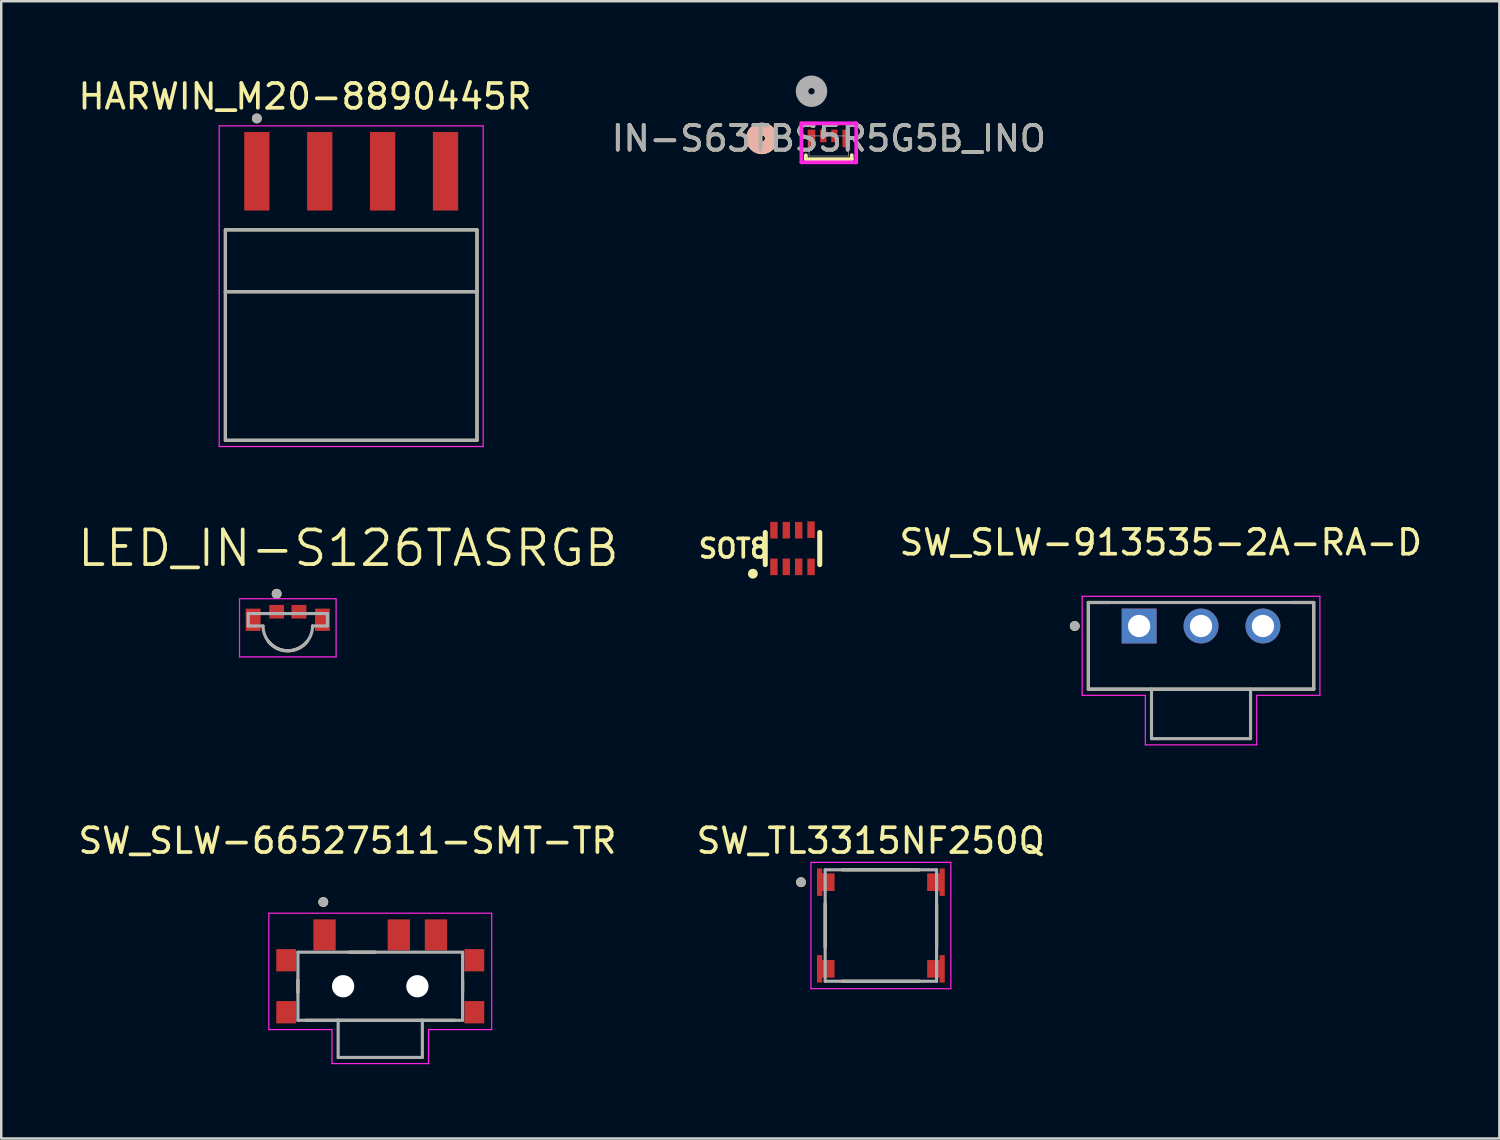
<source format=kicad_pcb>
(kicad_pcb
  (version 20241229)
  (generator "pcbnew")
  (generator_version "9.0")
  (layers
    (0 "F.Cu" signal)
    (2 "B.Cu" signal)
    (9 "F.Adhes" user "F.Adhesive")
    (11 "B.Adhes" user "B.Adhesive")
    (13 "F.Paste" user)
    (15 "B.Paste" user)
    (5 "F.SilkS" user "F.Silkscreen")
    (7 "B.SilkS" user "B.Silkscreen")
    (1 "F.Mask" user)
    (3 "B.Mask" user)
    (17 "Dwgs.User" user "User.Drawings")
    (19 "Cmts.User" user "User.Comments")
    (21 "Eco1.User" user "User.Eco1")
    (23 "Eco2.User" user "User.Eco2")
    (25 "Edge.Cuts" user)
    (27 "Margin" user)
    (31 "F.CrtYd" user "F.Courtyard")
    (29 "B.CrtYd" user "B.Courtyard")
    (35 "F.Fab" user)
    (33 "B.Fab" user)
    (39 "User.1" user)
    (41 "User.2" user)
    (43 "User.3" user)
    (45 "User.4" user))
  (footprint "IN-S63TBS5R5G5B_INO"
    (layer "F.Cu")
    (at 30.423 2.846)
    (property "Reference" "IN-S63TBS5R5G5B_INO" (at 0 -0.306 0) (unlocked yes) (layer "F.SilkS") (effects (font (size 1 1) (thickness 0.15))))
    (attr smd)
    (fp_line (start -0.927 0.373) (end -0.927 0.533) (stroke (width 0.152) (type solid)) (layer "F.SilkS"))
    (fp_line (start -0.927 0.533) (end 0.927 0.533) (stroke (width 0.152) (type solid)) (layer "F.SilkS"))
    (fp_line (start 0.927 0.533) (end 0.927 0.373) (stroke (width 0.152) (type solid)) (layer "F.SilkS"))
    (fp_circle (center -2.705 -0.306) (end -2.324 -0.306) (stroke (width 0.508) (type solid)) (fill no) (layer "F.SilkS"))
    (fp_circle (center -2.705 -0.306) (end -2.324 -0.306) (stroke (width 0.508) (type solid)) (fill no) (layer "B.SilkS"))
    (fp_line (start -1.106 -0.916) (end -1.106 0.66) (stroke (width 0.152) (type solid)) (layer "F.CrtYd"))
    (fp_line (start -1.106 0.66) (end 1.106 0.66) (stroke (width 0.152) (type solid)) (layer "F.CrtYd"))
    (fp_line (start 1.106 -0.916) (end -1.106 -0.916) (stroke (width 0.152) (type solid)) (layer "F.CrtYd"))
    (fp_line (start 1.106 0.66) (end 1.106 -0.916) (stroke (width 0.152) (type solid)) (layer "F.CrtYd"))
    (fp_line (start -0.8 -0.406) (end -0.8 0.406) (stroke (width 0.025) (type solid)) (layer "F.Fab"))
    (fp_line (start -0.8 0.406) (end 0.8 0.406) (stroke (width 0.025) (type solid)) (layer "F.Fab"))
    (fp_line (start 0.8 -0.406) (end -0.8 -0.406) (stroke (width 0.025) (type solid)) (layer "F.Fab"))
    (fp_line (start 0.8 0.406) (end 0.8 -0.406) (stroke (width 0.025) (type solid)) (layer "F.Fab"))
    (fp_circle (center -0.7 -2.211) (end -0.319 -2.211) (stroke (width 0.508) (type solid)) (fill no) (layer "F.Fab"))
    (fp_text user "${REFERENCE}" (at 0 -0.306 0) (unlocked yes) (layer "F.Fab") (effects (font (size 1 1) (thickness 0.15))))
    (pad "1" smd rect (at -0.7 -0.306) (size 0.305 0.711) (layers "F.Cu" "F.Mask" "F.Paste"))
    (pad "2" smd rect (at -0.225 -0.406) (size 0.254 0.508) (layers "F.Cu" "F.Mask" "F.Paste"))
    (pad "3" smd rect (at 0.225 -0.406) (size 0.254 0.508) (layers "F.Cu" "F.Mask" "F.Paste"))
    (pad "4" smd rect (at 0.7 -0.306) (size 0.305 0.711) (layers "F.Cu" "F.Mask" "F.Paste")))
  (footprint "SW_TL3315NF250Q"
    (layer "F.Cu")
    (at 32.525 34.328)
    (property "Reference" "SW_TL3315NF250Q" (at -0.412 -3.423 0) (layer "F.SilkS") (effects (font (size 1 1) (thickness 0.15))))
    (attr smd)
    (fp_poly (pts (xy -2.675 -2.4) (xy -2.675 -1.1) (xy -2.275 -1.1) (xy -2.275 -1.3) (xy -1.775 -1.3) (xy -1.775 -2.2) (xy -2.275 -2.2) (xy -2.275 -2.4)) (stroke (width 0.01) (type solid)) (fill yes) (layer "F.Mask"))
    (fp_poly (pts (xy -2.275 2.4) (xy -2.675 2.4) (xy -2.675 1.1) (xy -2.275 1.1) (xy -2.275 1.3) (xy -1.775 1.3) (xy -1.775 2.2) (xy -2.275 2.2)) (stroke (width 0.01) (type solid)) (fill yes) (layer "F.Mask"))
    (fp_poly (pts (xy 2.275 -1.3) (xy 1.775 -1.3) (xy 1.775 -2.2) (xy 2.275 -2.2) (xy 2.275 -2.4) (xy 2.675 -2.4) (xy 2.675 -1.1) (xy 2.275 -1.1)) (stroke (width 0.01) (type solid)) (fill yes) (layer "F.Mask"))
    (fp_poly (pts (xy 2.275 2.2) (xy 1.775 2.2) (xy 1.775 1.3) (xy 2.275 1.3) (xy 2.275 1.1) (xy 2.675 1.1) (xy 2.675 2.4) (xy 2.275 2.4)) (stroke (width 0.01) (type solid)) (fill yes) (layer "F.Mask"))
    (fp_line (start -2.25 -0.88) (end -2.25 0.88) (stroke (width 0.127) (type solid)) (layer "F.SilkS"))
    (fp_line (start -1.555 -2.25) (end 1.555 -2.25) (stroke (width 0.127) (type solid)) (layer "F.SilkS"))
    (fp_line (start -1.555 2.25) (end 1.555 2.25) (stroke (width 0.127) (type solid)) (layer "F.SilkS"))
    (fp_line (start 2.25 -0.88) (end 2.25 0.88) (stroke (width 0.127) (type solid)) (layer "F.SilkS"))
    (fp_circle (center -3.226 -1.75) (end -3.126 -1.75) (stroke (width 0.2) (type solid)) (fill no) (layer "F.SilkS"))
    (fp_poly (pts (xy -2.375 -1.2) (xy -2.575 -1.2) (xy -2.575 -2.3) (xy -2.375 -2.3) (xy -2.375 -2.1) (xy -1.875 -2.1) (xy -1.875 -1.4) (xy -2.375 -1.4)) (stroke (width 0.01) (type solid)) (fill yes) (layer "F.Paste"))
    (fp_poly (pts (xy -2.375 2.3) (xy -2.575 2.3) (xy -2.575 1.2) (xy -2.375 1.2) (xy -2.375 1.4) (xy -1.875 1.4) (xy -1.875 2.1) (xy -2.375 2.1)) (stroke (width 0.01) (type solid)) (fill yes) (layer "F.Paste"))
    (fp_poly (pts (xy 2.375 -1.4) (xy 1.875 -1.4) (xy 1.875 -2.1) (xy 2.375 -2.1) (xy 2.375 -2.3) (xy 2.575 -2.3) (xy 2.575 -1.2) (xy 2.375 -1.2)) (stroke (width 0.01) (type solid)) (fill yes) (layer "F.Paste"))
    (fp_poly (pts (xy 2.375 2.1) (xy 1.875 2.1) (xy 1.875 1.4) (xy 2.375 1.4) (xy 2.375 1.2) (xy 2.575 1.2) (xy 2.575 2.3) (xy 2.375 2.3)) (stroke (width 0.01) (type solid)) (fill yes) (layer "F.Paste"))
    (fp_line (start -2.825 -2.55) (end -2.825 2.55) (stroke (width 0.05) (type solid)) (layer "F.CrtYd"))
    (fp_line (start -2.825 2.55) (end 2.825 2.55) (stroke (width 0.05) (type solid)) (layer "F.CrtYd"))
    (fp_line (start 2.825 -2.55) (end -2.825 -2.55) (stroke (width 0.05) (type solid)) (layer "F.CrtYd"))
    (fp_line (start 2.825 2.55) (end 2.825 -2.55) (stroke (width 0.05) (type solid)) (layer "F.CrtYd"))
    (fp_line (start -2.25 -2.25) (end 2.25 -2.25) (stroke (width 0.127) (type solid)) (layer "F.Fab"))
    (fp_line (start -2.25 2.25) (end -2.25 -2.25) (stroke (width 0.127) (type solid)) (layer "F.Fab"))
    (fp_line (start 2.25 -2.25) (end 2.25 2.25) (stroke (width 0.127) (type solid)) (layer "F.Fab"))
    (fp_line (start 2.25 2.25) (end -2.25 2.25) (stroke (width 0.127) (type solid)) (layer "F.Fab"))
    (fp_circle (center -3.226 -1.75) (end -3.126 -1.75) (stroke (width 0.2) (type solid)) (fill no) (layer "F.Fab"))
    (pad "1" smd custom (at -2.23 -1.75) (size 0.5 0.5) (layers "F.Cu") (options (anchor rect)) (primitives (gr_poly (pts (xy -0.145 0.55) (xy -0.345 0.55) (xy -0.345 -0.55) (xy -0.145 -0.55) (xy -0.145 -0.35) (xy 0.355 -0.35) (xy 0.355 0.35) (xy -0.145 0.35)) (width 0.01) (fill yes))))
    (pad "2" smd custom (at 2.23 -1.75) (size 0.5 0.5) (layers "F.Cu") (options (anchor rect)) (primitives (gr_poly (pts (xy 0.145 0.35) (xy -0.355 0.35) (xy -0.355 -0.35) (xy 0.145 -0.35) (xy 0.145 -0.55) (xy 0.345 -0.55) (xy 0.345 0.55) (xy 0.145 0.55)) (width 0.01) (fill yes))))
    (pad "3" smd custom (at -2.23 1.75) (size 0.5 0.5) (layers "F.Cu") (options (anchor rect)) (primitives (gr_poly (pts (xy -0.145 0.55) (xy -0.345 0.55) (xy -0.345 -0.55) (xy -0.145 -0.55) (xy -0.145 -0.35) (xy 0.355 -0.35) (xy 0.355 0.35) (xy -0.145 0.35)) (width 0.01) (fill yes))))
    (pad "4" smd custom (at 2.23 1.75) (size 0.5 0.5) (layers "F.Cu") (options (anchor rect)) (primitives (gr_poly (pts (xy 0.145 0.35) (xy -0.355 0.35) (xy -0.355 -0.35) (xy 0.145 -0.35) (xy 0.145 -0.55) (xy 0.345 -0.55) (xy 0.345 0.55) (xy 0.145 0.55)) (width 0.01) (fill yes)))))
  (footprint "SOT8"
    (layer "F.Cu")
    (at 28.956 19.103)
    (property "Reference" "SOT8" (at -2.38 0 180) (layer "F.SilkS") (effects (font (size 0.748 0.748) (thickness 0.15))))
    (attr smd)
    (fp_line (start -1.1 0.65) (end -1.1 -0.65) (stroke (width 0.203) (type solid)) (layer "F.SilkS"))
    (fp_line (start 1.1 -0.65) (end 1.1 0.65) (stroke (width 0.203) (type solid)) (layer "F.SilkS"))
    (fp_circle (center -1.6 1.016) (end -1.5 1.016) (stroke (width 0.2) (type solid)) (fill no) (layer "F.SilkS"))
    (pad "1" smd rect (at -0.75 0.74) (size 0.3 0.67) (layers "F.Cu" "F.Mask" "F.Paste"))
    (pad "2" smd rect (at -0.25 0.74) (size 0.3 0.67) (layers "F.Cu" "F.Mask" "F.Paste"))
    (pad "3" smd rect (at 0.25 0.74) (size 0.3 0.67) (layers "F.Cu" "F.Mask" "F.Paste"))
    (pad "4" smd rect (at 0.75 0.74) (size 0.3 0.67) (layers "F.Cu" "F.Mask" "F.Paste"))
    (pad "5" smd rect (at 0.75 -0.76) (size 0.3 0.67) (layers "F.Cu" "F.Mask" "F.Paste"))
    (pad "6" smd rect (at 0.25 -0.74) (size 0.3 0.67) (layers "F.Cu" "F.Mask" "F.Paste"))
    (pad "7" smd rect (at -0.25 -0.74) (size 0.3 0.67) (layers "F.Cu" "F.Mask" "F.Paste"))
    (pad "8" smd rect (at -0.75 -0.74) (size 0.3 0.67) (layers "F.Cu" "F.Mask" "F.Paste")))
  (footprint "HARWIN_M20-8890445R"
    (layer "F.Cu")
    (at 11.133 7.483)
    (property "Reference" "HARWIN_M20-8890445R" (at -1.865 -6.635 0) (layer "F.SilkS") (effects (font (size 1 1) (thickness 0.15))))
    (attr smd)
    (fp_line (start -5.08 -1.25) (end 5.08 -1.25) (stroke (width 0.127) (type solid)) (layer "F.SilkS"))
    (fp_line (start -5.08 1.25) (end -5.08 -1.25) (stroke (width 0.127) (type solid)) (layer "F.SilkS"))
    (fp_line (start -5.08 7.25) (end -5.08 1.25) (stroke (width 0.127) (type solid)) (layer "F.SilkS"))
    (fp_line (start 5.08 -1.25) (end 5.08 1.25) (stroke (width 0.127) (type solid)) (layer "F.SilkS"))
    (fp_line (start 5.08 1.25) (end -5.08 1.25) (stroke (width 0.127) (type solid)) (layer "F.SilkS"))
    (fp_line (start 5.08 1.25) (end 5.08 7.25) (stroke (width 0.127) (type solid)) (layer "F.SilkS"))
    (fp_line (start 5.08 7.25) (end -5.08 7.25) (stroke (width 0.127) (type solid)) (layer "F.SilkS"))
    (fp_circle (center -3.81 -5.75) (end -3.71 -5.75) (stroke (width 0.2) (type solid)) (fill no) (layer "F.SilkS"))
    (fp_line (start -5.33 -5.45) (end -5.33 7.5) (stroke (width 0.05) (type solid)) (layer "F.CrtYd"))
    (fp_line (start -5.33 7.5) (end 5.33 7.5) (stroke (width 0.05) (type solid)) (layer "F.CrtYd"))
    (fp_line (start 5.33 -5.45) (end -5.33 -5.45) (stroke (width 0.05) (type solid)) (layer "F.CrtYd"))
    (fp_line (start 5.33 7.5) (end 5.33 -5.45) (stroke (width 0.05) (type solid)) (layer "F.CrtYd"))
    (fp_line (start -5.08 -1.25) (end 5.08 -1.25) (stroke (width 0.127) (type solid)) (layer "F.Fab"))
    (fp_line (start -5.08 1.25) (end -5.08 -1.25) (stroke (width 0.127) (type solid)) (layer "F.Fab"))
    (fp_line (start -5.08 7.25) (end -5.08 1.25) (stroke (width 0.127) (type solid)) (layer "F.Fab"))
    (fp_line (start 5.08 -1.25) (end 5.08 1.25) (stroke (width 0.127) (type solid)) (layer "F.Fab"))
    (fp_line (start 5.08 1.25) (end -5.08 1.25) (stroke (width 0.127) (type solid)) (layer "F.Fab"))
    (fp_line (start 5.08 1.25) (end 5.08 7.25) (stroke (width 0.127) (type solid)) (layer "F.Fab"))
    (fp_line (start 5.08 7.25) (end -5.08 7.25) (stroke (width 0.127) (type solid)) (layer "F.Fab"))
    (fp_circle (center -3.81 -5.75) (end -3.71 -5.75) (stroke (width 0.2) (type solid)) (fill no) (layer "F.Fab"))
    (pad "1" smd rect (at -3.81 -3.615) (size 1.02 3.17) (layers "F.Cu" "F.Mask" "F.Paste"))
    (pad "2" smd rect (at -1.27 -3.615) (size 1.02 3.17) (layers "F.Cu" "F.Mask" "F.Paste"))
    (pad "3" smd rect (at 1.27 -3.615) (size 1.02 3.17) (layers "F.Cu" "F.Mask" "F.Paste"))
    (pad "4" smd rect (at 3.81 -3.615) (size 1.02 3.17) (layers "F.Cu" "F.Mask" "F.Paste")))
  (footprint "SW_SLW-913535-2A-RA-D"
    (layer "F.Cu")
    (at 45.455 23.032)
    (property "Reference" "SW_SLW-913535-2A-RA-D" (at -1.625 -4.175 0) (layer "F.SilkS") (effects (font (size 1 1) (thickness 0.15))))
    (attr through_hole)
    (fp_line (start -4.55 -1.75) (end -4.55 1.75) (stroke (width 0.127) (type solid)) (layer "F.SilkS"))
    (fp_line (start -4.55 1.75) (end 4.55 1.75) (stroke (width 0.127) (type solid)) (layer "F.SilkS"))
    (fp_line (start -3.7 -1.75) (end -4.55 -1.75) (stroke (width 0.127) (type solid)) (layer "F.SilkS"))
    (fp_line (start 4.55 -1.75) (end 3.7 -1.75) (stroke (width 0.127) (type solid)) (layer "F.SilkS"))
    (fp_line (start 4.55 1.75) (end 4.55 -1.75) (stroke (width 0.127) (type solid)) (layer "F.SilkS"))
    (fp_circle (center -5.1 -0.8) (end -5 -0.8) (stroke (width 0.2) (type solid)) (fill no) (layer "F.SilkS"))
    (fp_line (start -4.8 -2) (end -4.8 2) (stroke (width 0.05) (type solid)) (layer "F.CrtYd"))
    (fp_line (start -4.8 2) (end -2.25 2) (stroke (width 0.05) (type solid)) (layer "F.CrtYd"))
    (fp_line (start -2.25 2) (end -2.25 4) (stroke (width 0.05) (type solid)) (layer "F.CrtYd"))
    (fp_line (start -2.25 4) (end 2.25 4) (stroke (width 0.05) (type solid)) (layer "F.CrtYd"))
    (fp_line (start 2.25 2) (end 4.8 2) (stroke (width 0.05) (type solid)) (layer "F.CrtYd"))
    (fp_line (start 2.25 4) (end 2.25 2) (stroke (width 0.05) (type solid)) (layer "F.CrtYd"))
    (fp_line (start 4.8 -2) (end -4.8 -2) (stroke (width 0.05) (type solid)) (layer "F.CrtYd"))
    (fp_line (start 4.8 2) (end 4.8 -2) (stroke (width 0.05) (type solid)) (layer "F.CrtYd"))
    (fp_line (start -4.55 -1.75) (end -4.55 1.75) (stroke (width 0.127) (type solid)) (layer "F.Fab"))
    (fp_line (start -4.55 1.75) (end -2 1.75) (stroke (width 0.127) (type solid)) (layer "F.Fab"))
    (fp_line (start -2 1.75) (end -2 3.75) (stroke (width 0.127) (type solid)) (layer "F.Fab"))
    (fp_line (start -2 1.75) (end 2 1.75) (stroke (width 0.127) (type solid)) (layer "F.Fab"))
    (fp_line (start -2 3.75) (end 2 3.75) (stroke (width 0.127) (type solid)) (layer "F.Fab"))
    (fp_line (start 2 1.75) (end 4.55 1.75) (stroke (width 0.127) (type solid)) (layer "F.Fab"))
    (fp_line (start 2 3.75) (end 2 1.75) (stroke (width 0.127) (type solid)) (layer "F.Fab"))
    (fp_line (start 4.55 -1.75) (end -4.55 -1.75) (stroke (width 0.127) (type solid)) (layer "F.Fab"))
    (fp_line (start 4.55 1.75) (end 4.55 -1.75) (stroke (width 0.127) (type solid)) (layer "F.Fab"))
    (fp_circle (center -5.1 -0.8) (end -5 -0.8) (stroke (width 0.2) (type solid)) (fill no) (layer "F.Fab"))
    (pad "1" thru_hole rect (at -2.5 -0.8) (size 1.408 1.408) (drill 0.9) (layers "*.Cu" "*.Mask"))
    (pad "2" thru_hole circle (at 0 -0.8) (size 1.408 1.408) (drill 0.9) (layers "*.Cu" "*.Mask"))
    (pad "3" thru_hole circle (at 2.5 -0.8) (size 1.408 1.408) (drill 0.9) (layers "*.Cu" "*.Mask")))
  (footprint "SW_SLW-66527511-SMT-TR"
    (layer "F.Cu")
    (at 12.307 36.78)
    (property "Reference" "SW_SLW-66527511-SMT-TR" (at -1.325 -5.875 0) (layer "F.SilkS") (effects (font (size 1 1) (thickness 0.15))))
    (attr smd)
    (fp_line (start -3.325 -0.25) (end -3.325 0.25) (stroke (width 0.127) (type solid)) (layer "F.SilkS"))
    (fp_line (start -3 1.375) (end 3 1.375) (stroke (width 0.127) (type solid)) (layer "F.SilkS"))
    (fp_line (start -1.25 -1.375) (end -0.2 -1.375) (stroke (width 0.127) (type solid)) (layer "F.SilkS"))
    (fp_line (start 3.325 -0.25) (end 3.325 0.25) (stroke (width 0.127) (type solid)) (layer "F.SilkS"))
    (fp_circle (center -2.3 -3.4) (end -2.2 -3.4) (stroke (width 0.2) (type solid)) (fill no) (layer "F.SilkS"))
    (fp_line (start -4.5 -2.95) (end -4.5 1.75) (stroke (width 0.05) (type solid)) (layer "F.CrtYd"))
    (fp_line (start -4.5 1.75) (end -1.95 1.75) (stroke (width 0.05) (type solid)) (layer "F.CrtYd"))
    (fp_line (start -1.95 1.75) (end -1.95 3.125) (stroke (width 0.05) (type solid)) (layer "F.CrtYd"))
    (fp_line (start -1.95 3.125) (end 1.95 3.125) (stroke (width 0.05) (type solid)) (layer "F.CrtYd"))
    (fp_line (start 1.95 1.75) (end 1.95 3.125) (stroke (width 0.05) (type solid)) (layer "F.CrtYd"))
    (fp_line (start 4.5 -2.95) (end -4.5 -2.95) (stroke (width 0.05) (type solid)) (layer "F.CrtYd"))
    (fp_line (start 4.5 1.75) (end 1.95 1.75) (stroke (width 0.05) (type solid)) (layer "F.CrtYd"))
    (fp_line (start 4.5 1.75) (end 4.5 -2.95) (stroke (width 0.05) (type solid)) (layer "F.CrtYd"))
    (fp_line (start -3.325 -1.375) (end -3.325 1.375) (stroke (width 0.127) (type solid)) (layer "F.Fab"))
    (fp_line (start -3.325 1.375) (end -1.7 1.375) (stroke (width 0.127) (type solid)) (layer "F.Fab"))
    (fp_line (start -1.7 1.375) (end -1.7 2.875) (stroke (width 0.127) (type solid)) (layer "F.Fab"))
    (fp_line (start -1.7 1.375) (end 1.7 1.375) (stroke (width 0.127) (type solid)) (layer "F.Fab"))
    (fp_line (start -1.7 2.875) (end 1.7 2.875) (stroke (width 0.127) (type solid)) (layer "F.Fab"))
    (fp_line (start 1.7 1.375) (end 3.325 1.375) (stroke (width 0.127) (type solid)) (layer "F.Fab"))
    (fp_line (start 1.7 2.875) (end 1.7 1.375) (stroke (width 0.127) (type solid)) (layer "F.Fab"))
    (fp_line (start 3.325 -1.375) (end -3.325 -1.375) (stroke (width 0.127) (type solid)) (layer "F.Fab"))
    (fp_line (start 3.325 1.375) (end 3.325 -1.375) (stroke (width 0.127) (type solid)) (layer "F.Fab"))
    (fp_circle (center -2.3 -3.4) (end -2.2 -3.4) (stroke (width 0.2) (type solid)) (fill no) (layer "F.Fab"))
    (pad "" np_thru_hole circle (at -1.5 0) (size 0.9 0.9) (drill 0.9) (layers "*.Cu" "*.Mask"))
    (pad "" np_thru_hole circle (at 1.5 0) (size 0.9 0.9) (drill 0.9) (layers "*.Cu" "*.Mask"))
    (pad "1" smd rect (at -2.25 -2.075) (size 0.9 1.25) (layers "F.Cu" "F.Mask" "F.Paste"))
    (pad "2" smd rect (at 0.75 -2.075) (size 0.9 1.25) (layers "F.Cu" "F.Mask" "F.Paste"))
    (pad "3" smd rect (at 2.25 -2.075) (size 0.9 1.25) (layers "F.Cu" "F.Mask" "F.Paste"))
    (pad "SH1" smd rect (at -3.8 -1.05) (size 0.8 0.9) (layers "F.Cu" "F.Mask" "F.Paste"))
    (pad "SH2" smd rect (at 3.8 -1.05) (size 0.8 0.9) (layers "F.Cu" "F.Mask" "F.Paste"))
    (pad "SH3" smd rect (at -3.8 1.05) (size 0.8 0.9) (layers "F.Cu" "F.Mask" "F.Paste"))
    (pad "SH4" smd rect (at 3.8 1.05) (size 0.8 0.9) (layers "F.Cu" "F.Mask" "F.Paste")))
  (footprint "LED_IN-S126TASRGB"
    (layer "F.Cu")
    (at 8.573 21.98)
    (property "Reference" "LED_IN-S126TASRGB" (at 2.445 -2.889 0) (layer "F.SilkS") (effects (font (size 1.4 1.4) (thickness 0.15))))
    (attr smd)
    (fp_arc (start 0.78 0.88) (mid 0 1.254216) (end -0.78 0.88) (stroke (width 0.127) (type solid)) (layer "F.SilkS"))
    (fp_circle (center -0.45 -1.05) (end -0.35 -1.05) (stroke (width 0.2) (type solid)) (fill no) (layer "F.SilkS"))
    (fp_line (start -1.95 -0.85) (end -1.95 1.5) (stroke (width 0.05) (type solid)) (layer "F.CrtYd"))
    (fp_line (start -1.95 1.5) (end 1.95 1.5) (stroke (width 0.05) (type solid)) (layer "F.CrtYd"))
    (fp_line (start 1.95 -0.85) (end -1.95 -0.85) (stroke (width 0.05) (type solid)) (layer "F.CrtYd"))
    (fp_line (start 1.95 1.5) (end 1.95 -0.85) (stroke (width 0.05) (type solid)) (layer "F.CrtYd"))
    (fp_line (start -1.6 -0.25) (end -1.6 0.25) (stroke (width 0.127) (type solid)) (layer "F.Fab"))
    (fp_line (start -1.6 0.25) (end -1 0.25) (stroke (width 0.127) (type solid)) (layer "F.Fab"))
    (fp_line (start 1 0.25) (end 1.6 0.25) (stroke (width 0.127) (type solid)) (layer "F.Fab"))
    (fp_line (start 1.6 -0.25) (end -1.6 -0.25) (stroke (width 0.127) (type solid)) (layer "F.Fab"))
    (fp_line (start 1.6 0.25) (end 1.6 -0.25) (stroke (width 0.127) (type solid)) (layer "F.Fab"))
    (fp_arc (start 1 0.25) (mid 0 1.25) (end -1 0.25) (stroke (width 0.127) (type solid)) (layer "F.Fab"))
    (fp_circle (center -0.45 -1.05) (end -0.35 -1.05) (stroke (width 0.2) (type solid)) (fill no) (layer "F.Fab"))
    (pad "1" smd rect (at -0.45 -0.325) (size 0.6 0.55) (layers "F.Cu" "F.Mask" "F.Paste"))
    (pad "2" smd rect (at 0.45 -0.325) (size 0.6 0.55) (layers "F.Cu" "F.Mask" "F.Paste"))
    (pad "3" smd rect (at -1.4 0) (size 0.6 0.9) (layers "F.Cu" "F.Mask" "F.Paste"))
    (pad "4" smd rect (at 1.4 0) (size 0.6 0.9) (layers "F.Cu" "F.Mask" "F.Paste")))
  (gr_rect
    (start -3 -3)
    (end 57.503 42.93)
    (stroke (width 0.1) (type default))
    (fill no)
    (layer "Edge.Cuts")))
</source>
